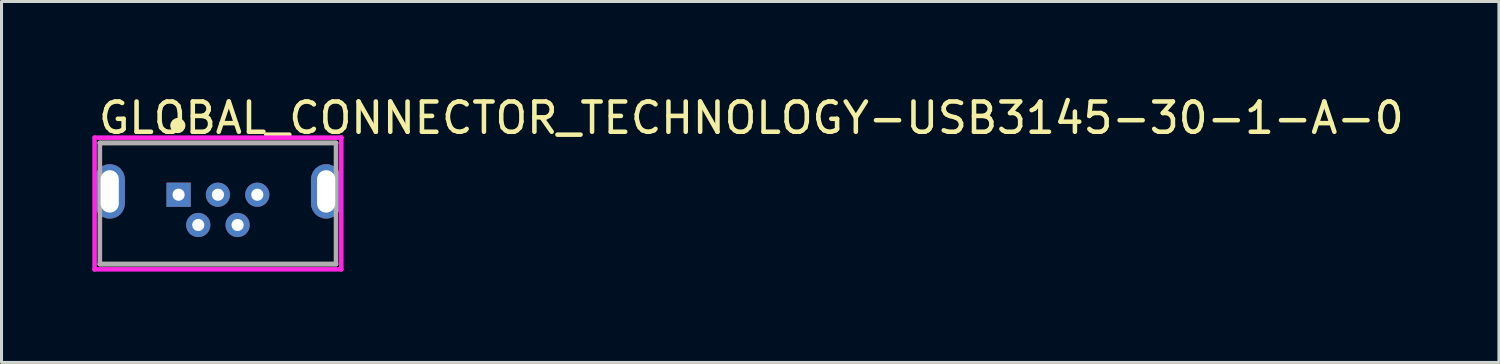
<source format=kicad_pcb>
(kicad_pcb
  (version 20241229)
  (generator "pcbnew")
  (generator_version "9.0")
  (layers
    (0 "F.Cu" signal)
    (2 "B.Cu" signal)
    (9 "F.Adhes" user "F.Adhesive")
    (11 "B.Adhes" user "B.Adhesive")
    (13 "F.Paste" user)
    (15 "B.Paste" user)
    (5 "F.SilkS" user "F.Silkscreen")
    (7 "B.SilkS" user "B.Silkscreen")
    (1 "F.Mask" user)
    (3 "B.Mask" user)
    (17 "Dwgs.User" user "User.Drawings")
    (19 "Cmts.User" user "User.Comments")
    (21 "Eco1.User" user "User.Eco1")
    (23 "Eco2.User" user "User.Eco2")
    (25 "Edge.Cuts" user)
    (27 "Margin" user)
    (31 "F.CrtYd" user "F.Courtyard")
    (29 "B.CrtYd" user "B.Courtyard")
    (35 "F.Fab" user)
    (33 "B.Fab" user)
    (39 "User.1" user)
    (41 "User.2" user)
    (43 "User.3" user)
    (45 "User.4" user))
  (footprint "GLOBAL_CONNECTOR_TECHNOLOGY-USB3145-30-1-A-0"
    (layer "F.Cu")
    (at 4.15 3.673)
    (property "Reference" "GLOBAL_CONNECTOR_TECHNOLOGY-USB3145-30-1-A-0" (at -4.025 -2.825 0) (layer "F.SilkS") (effects (font (size 1 1) (thickness 0.15)) (justify left)))
    (attr through_hole)
    (fp_line (start 3.9 -2) (end -3.9 -2) (stroke (width 0.15) (type solid)) (layer "F.SilkS"))
    (fp_line (start 3.9 2) (end -3.9 2) (stroke (width 0.15) (type solid)) (layer "F.SilkS"))
    (fp_circle (center -1.325 -2.575) (end -1.2 -2.575) (stroke (width 0.25) (type solid)) (fill no) (layer "F.SilkS"))
    (fp_line (start -4.075 -2.175) (end -4.075 2.175) (stroke (width 0.15) (type solid)) (layer "F.CrtYd"))
    (fp_line (start -4.075 2.175) (end 4.075 2.175) (stroke (width 0.15) (type solid)) (layer "F.CrtYd"))
    (fp_line (start 4.075 -2.175) (end -4.075 -2.175) (stroke (width 0.15) (type solid)) (layer "F.CrtYd"))
    (fp_line (start 4.075 -2.175) (end 4.075 -2.175) (stroke (width 0.15) (type solid)) (layer "F.CrtYd"))
    (fp_line (start 4.075 2.175) (end 4.075 -2.175) (stroke (width 0.15) (type solid)) (layer "F.CrtYd"))
    (fp_line (start -3.9 -2) (end 3.9 -2) (stroke (width 0.15) (type solid)) (layer "F.Fab"))
    (fp_line (start -3.9 2) (end -3.9 -2) (stroke (width 0.15) (type solid)) (layer "F.Fab"))
    (fp_line (start 3.9 -2) (end 3.9 2) (stroke (width 0.15) (type solid)) (layer "F.Fab"))
    (fp_line (start 3.9 2) (end -3.9 2) (stroke (width 0.15) (type solid)) (layer "F.Fab"))
    (pad "1" thru_hole rect (at -1.3 -0.29) (size 0.8 0.8) (drill 0.4) (layers "*.Cu"))
    (pad "2" thru_hole circle (at -0.65 0.71) (size 0.8 0.8) (drill 0.4) (layers "*.Cu"))
    (pad "3" thru_hole circle (at 0 -0.29) (size 0.8 0.8) (drill 0.4) (layers "*.Cu"))
    (pad "4" thru_hole circle (at 0.65 0.71) (size 0.8 0.8) (drill 0.4) (layers "*.Cu"))
    (pad "5" thru_hole circle (at 1.3 -0.29) (size 0.8 0.8) (drill 0.4) (layers "*.Cu"))
    (pad "6" thru_hole roundrect (at -3.575 -0.4) (size 1 1.8) (drill oval 0.6 1.4) (layers "*.Cu") (roundrect_rratio 0.5))
    (pad "7" thru_hole roundrect (at 3.575 -0.4) (size 1 1.8) (drill oval 0.6 1.4) (layers "*.Cu") (roundrect_rratio 0.5)))
  (gr_rect
    (start -3 -3)
    (end 46.47 8.923)
    (stroke (width 0.1) (type default))
    (fill no)
    (layer "Edge.Cuts")))
</source>
